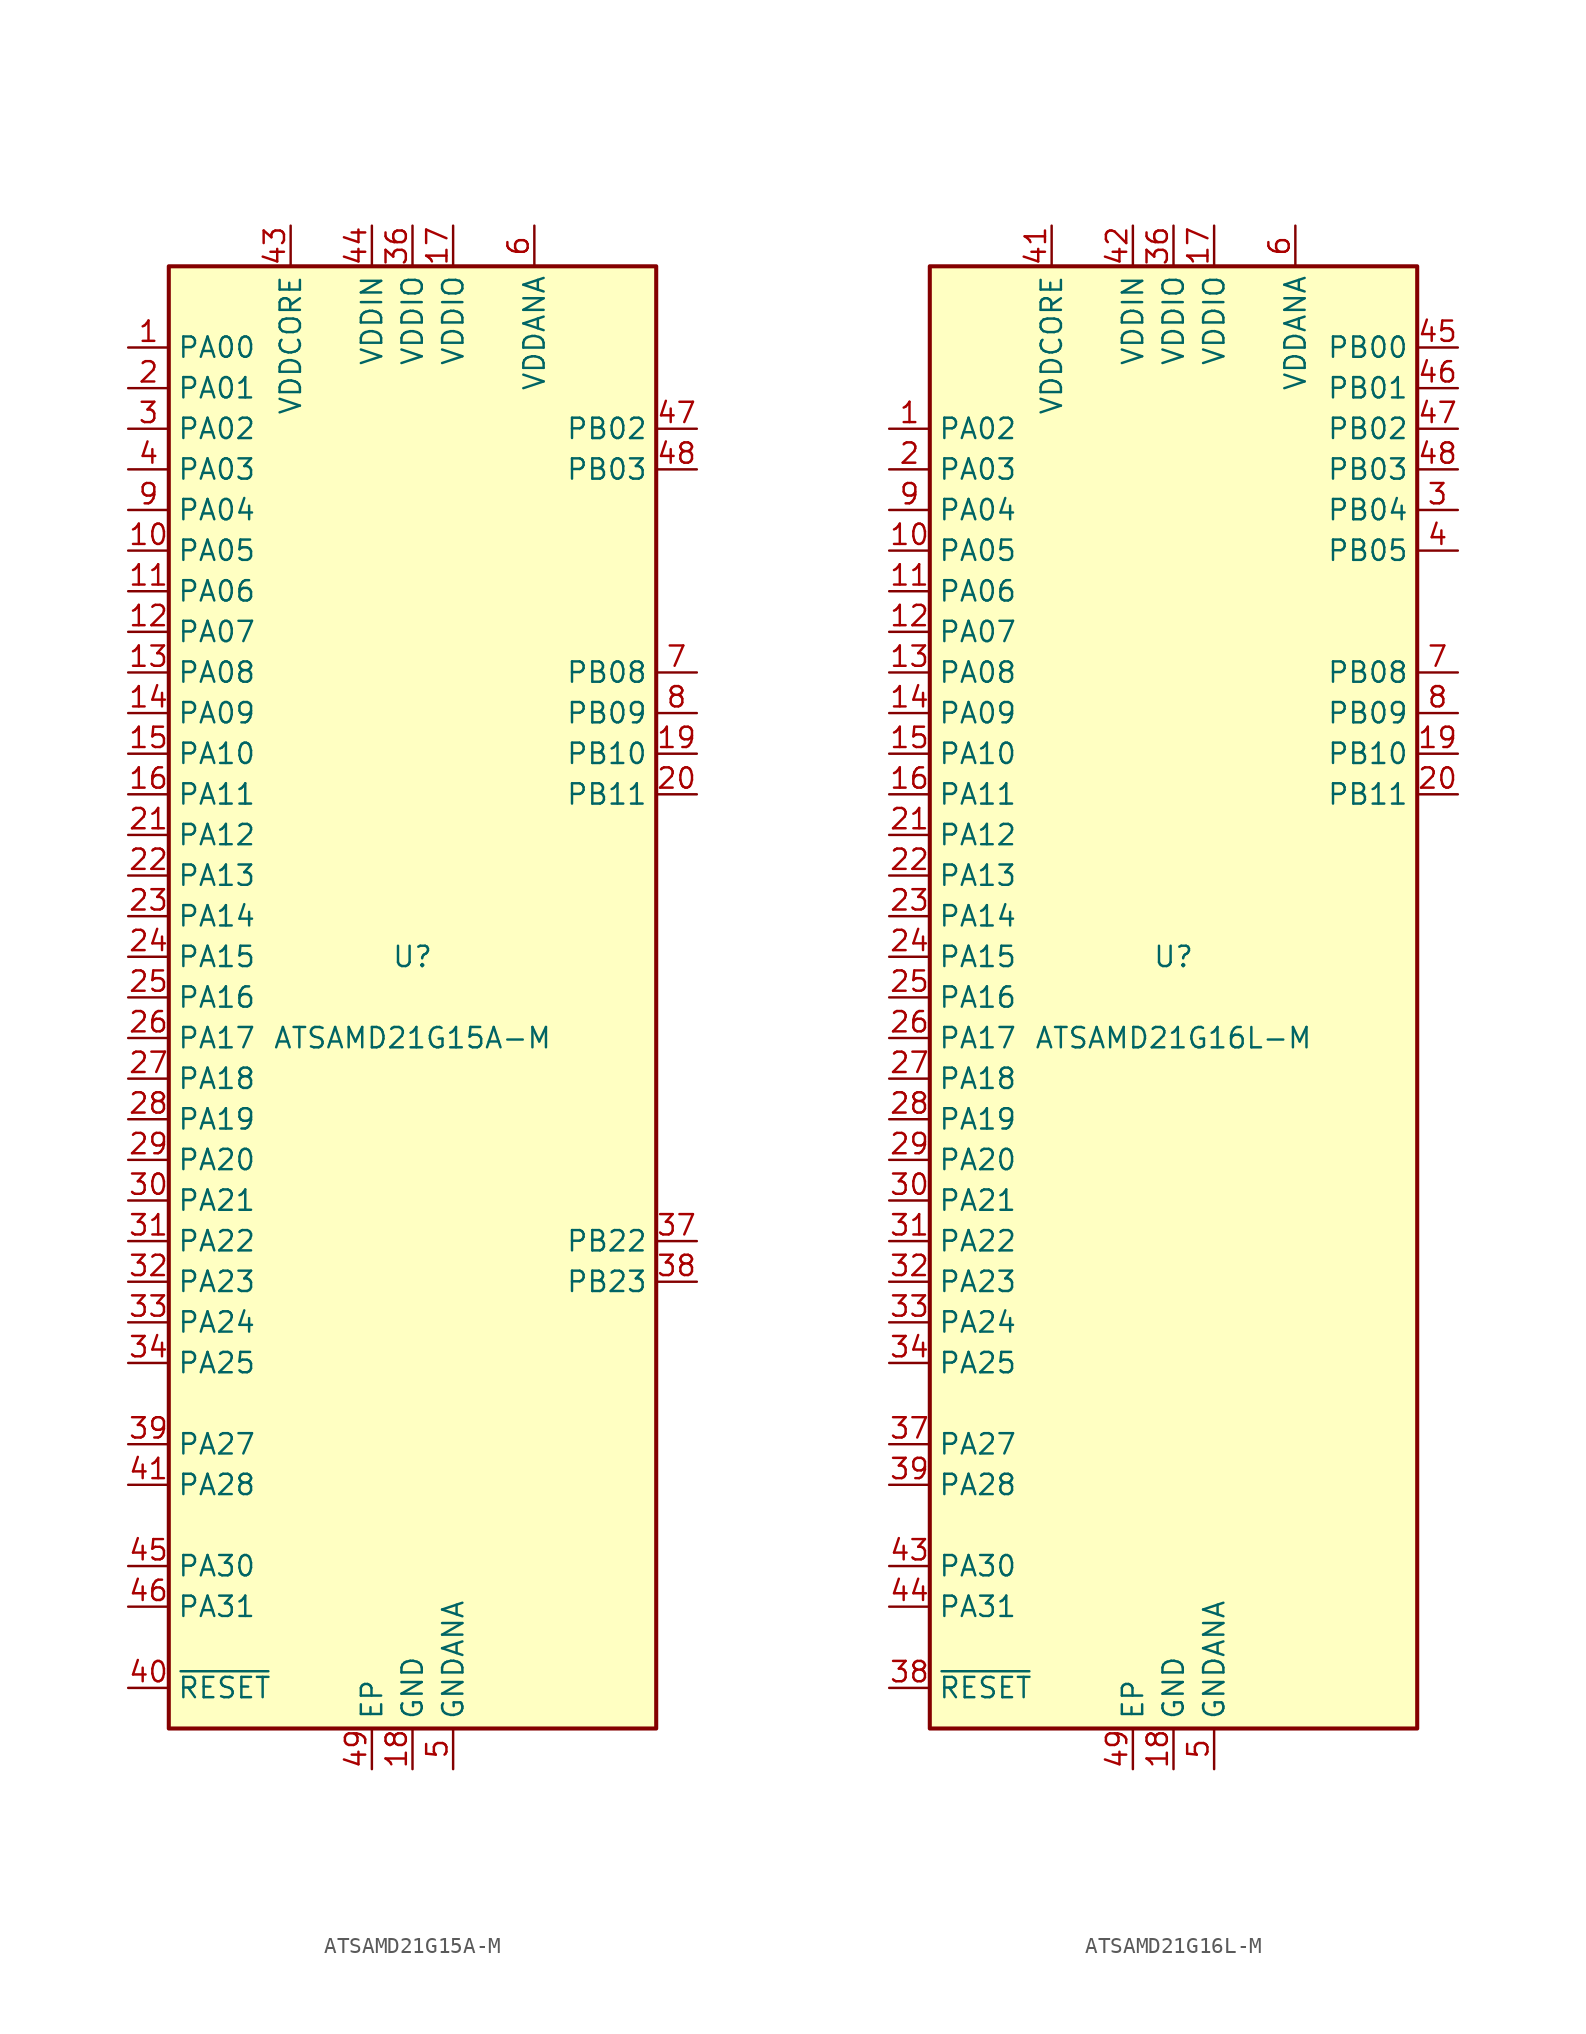
<source format=kicad_sym>
(kicad_symbol_lib
  (version 20201005)
  (generator kicad_symbol_editor)
  (symbol "MCU_Microchip_SAMD:ATSAMD21G15A-M"
    (property "Reference" "U"
      (at 0 2.54 0)
      (effects (font (size 1.27 1.27))))
    (property "Value" "ATSAMD21G15A-M"
      (at 0 -2.54 0)
      (effects (font (size 1.27 1.27))))
    (symbol "ATSAMD21G15A-M_0_1"
      (rectangle (start -15.24 45.72) (end 15.24 -45.72) (stroke (width 0.254)) (fill (type background))))
    (symbol "ATSAMD21G15A-M_1_1"
      (pin bidirectional line (at -17.78 40.64 0) (length 2.54) (name "PA00" (effects (font (size 1.27 1.27)))) (number "1" (effects (font (size 1.27 1.27)))))
      (pin bidirectional line (at -17.78 27.94 0) (length 2.54) (name "PA05" (effects (font (size 1.27 1.27)))) (number "10" (effects (font (size 1.27 1.27)))))
      (pin bidirectional line (at -17.78 25.4 0) (length 2.54) (name "PA06" (effects (font (size 1.27 1.27)))) (number "11" (effects (font (size 1.27 1.27)))))
      (pin bidirectional line (at -17.78 22.86 0) (length 2.54) (name "PA07" (effects (font (size 1.27 1.27)))) (number "12" (effects (font (size 1.27 1.27)))))
      (pin bidirectional line (at -17.78 20.32 0) (length 2.54) (name "PA08" (effects (font (size 1.27 1.27)))) (number "13" (effects (font (size 1.27 1.27)))))
      (pin bidirectional line (at -17.78 17.78 0) (length 2.54) (name "PA09" (effects (font (size 1.27 1.27)))) (number "14" (effects (font (size 1.27 1.27)))))
      (pin bidirectional line (at -17.78 15.24 0) (length 2.54) (name "PA10" (effects (font (size 1.27 1.27)))) (number "15" (effects (font (size 1.27 1.27)))))
      (pin bidirectional line (at -17.78 12.7 0) (length 2.54) (name "PA11" (effects (font (size 1.27 1.27)))) (number "16" (effects (font (size 1.27 1.27)))))
      (pin power_in line (at 2.54 48.26 270) (length 2.54) (name "VDDIO" (effects (font (size 1.27 1.27)))) (number "17" (effects (font (size 1.27 1.27)))))
      (pin power_in line (at 0 -48.26 90) (length 2.54) (name "GND" (effects (font (size 1.27 1.27)))) (number "18" (effects (font (size 1.27 1.27)))))
      (pin bidirectional line (at 17.78 15.24 180) (length 2.54) (name "PB10" (effects (font (size 1.27 1.27)))) (number "19" (effects (font (size 1.27 1.27)))))
      (pin bidirectional line (at -17.78 38.1 0) (length 2.54) (name "PA01" (effects (font (size 1.27 1.27)))) (number "2" (effects (font (size 1.27 1.27)))))
      (pin bidirectional line (at 17.78 12.7 180) (length 2.54) (name "PB11" (effects (font (size 1.27 1.27)))) (number "20" (effects (font (size 1.27 1.27)))))
      (pin bidirectional line (at -17.78 10.16 0) (length 2.54) (name "PA12" (effects (font (size 1.27 1.27)))) (number "21" (effects (font (size 1.27 1.27)))))
      (pin bidirectional line (at -17.78 7.62 0) (length 2.54) (name "PA13" (effects (font (size 1.27 1.27)))) (number "22" (effects (font (size 1.27 1.27)))))
      (pin bidirectional line (at -17.78 5.08 0) (length 2.54) (name "PA14" (effects (font (size 1.27 1.27)))) (number "23" (effects (font (size 1.27 1.27)))))
      (pin bidirectional line (at -17.78 2.54 0) (length 2.54) (name "PA15" (effects (font (size 1.27 1.27)))) (number "24" (effects (font (size 1.27 1.27)))))
      (pin bidirectional line (at -17.78 0 0) (length 2.54) (name "PA16" (effects (font (size 1.27 1.27)))) (number "25" (effects (font (size 1.27 1.27)))))
      (pin bidirectional line (at -17.78 -2.54 0) (length 2.54) (name "PA17" (effects (font (size 1.27 1.27)))) (number "26" (effects (font (size 1.27 1.27)))))
      (pin bidirectional line (at -17.78 -5.08 0) (length 2.54) (name "PA18" (effects (font (size 1.27 1.27)))) (number "27" (effects (font (size 1.27 1.27)))))
      (pin bidirectional line (at -17.78 -7.62 0) (length 2.54) (name "PA19" (effects (font (size 1.27 1.27)))) (number "28" (effects (font (size 1.27 1.27)))))
      (pin bidirectional line (at -17.78 -10.16 0) (length 2.54) (name "PA20" (effects (font (size 1.27 1.27)))) (number "29" (effects (font (size 1.27 1.27)))))
      (pin bidirectional line (at -17.78 35.56 0) (length 2.54) (name "PA02" (effects (font (size 1.27 1.27)))) (number "3" (effects (font (size 1.27 1.27)))))
      (pin bidirectional line (at -17.78 -12.7 0) (length 2.54) (name "PA21" (effects (font (size 1.27 1.27)))) (number "30" (effects (font (size 1.27 1.27)))))
      (pin bidirectional line (at -17.78 -15.24 0) (length 2.54) (name "PA22" (effects (font (size 1.27 1.27)))) (number "31" (effects (font (size 1.27 1.27)))))
      (pin bidirectional line (at -17.78 -17.78 0) (length 2.54) (name "PA23" (effects (font (size 1.27 1.27)))) (number "32" (effects (font (size 1.27 1.27)))))
      (pin bidirectional line (at -17.78 -20.32 0) (length 2.54) (name "PA24" (effects (font (size 1.27 1.27)))) (number "33" (effects (font (size 1.27 1.27)))))
      (pin bidirectional line (at -17.78 -22.86 0) (length 2.54) (name "PA25" (effects (font (size 1.27 1.27)))) (number "34" (effects (font (size 1.27 1.27)))))
      (pin passive line (at 0 -48.26 90) (length 2.54) hide (name "GND" (effects (font (size 1.27 1.27)))) (number "35" (effects (font (size 1.27 1.27)))))
      (pin power_in line (at 0 48.26 270) (length 2.54) (name "VDDIO" (effects (font (size 1.27 1.27)))) (number "36" (effects (font (size 1.27 1.27)))))
      (pin bidirectional line (at 17.78 -15.24 180) (length 2.54) (name "PB22" (effects (font (size 1.27 1.27)))) (number "37" (effects (font (size 1.27 1.27)))))
      (pin bidirectional line (at 17.78 -17.78 180) (length 2.54) (name "PB23" (effects (font (size 1.27 1.27)))) (number "38" (effects (font (size 1.27 1.27)))))
      (pin bidirectional line (at -17.78 -27.94 0) (length 2.54) (name "PA27" (effects (font (size 1.27 1.27)))) (number "39" (effects (font (size 1.27 1.27)))))
      (pin bidirectional line (at -17.78 33.02 0) (length 2.54) (name "PA03" (effects (font (size 1.27 1.27)))) (number "4" (effects (font (size 1.27 1.27)))))
      (pin input line (at -17.78 -43.18 0) (length 2.54) (name "~RESET" (effects (font (size 1.27 1.27)))) (number "40" (effects (font (size 1.27 1.27)))))
      (pin bidirectional line (at -17.78 -30.48 0) (length 2.54) (name "PA28" (effects (font (size 1.27 1.27)))) (number "41" (effects (font (size 1.27 1.27)))))
      (pin passive line (at 0 -48.26 90) (length 2.54) hide (name "GND" (effects (font (size 1.27 1.27)))) (number "42" (effects (font (size 1.27 1.27)))))
      (pin power_out line (at -7.62 48.26 270) (length 2.54) (name "VDDCORE" (effects (font (size 1.27 1.27)))) (number "43" (effects (font (size 1.27 1.27)))))
      (pin power_in line (at -2.54 48.26 270) (length 2.54) (name "VDDIN" (effects (font (size 1.27 1.27)))) (number "44" (effects (font (size 1.27 1.27)))))
      (pin bidirectional line (at -17.78 -35.56 0) (length 2.54) (name "PA30" (effects (font (size 1.27 1.27)))) (number "45" (effects (font (size 1.27 1.27)))))
      (pin bidirectional line (at -17.78 -38.1 0) (length 2.54) (name "PA31" (effects (font (size 1.27 1.27)))) (number "46" (effects (font (size 1.27 1.27)))))
      (pin bidirectional line (at 17.78 35.56 180) (length 2.54) (name "PB02" (effects (font (size 1.27 1.27)))) (number "47" (effects (font (size 1.27 1.27)))))
      (pin bidirectional line (at 17.78 33.02 180) (length 2.54) (name "PB03" (effects (font (size 1.27 1.27)))) (number "48" (effects (font (size 1.27 1.27)))))
      (pin passive line (at -2.54 -48.26 90) (length 2.54) (name "EP" (effects (font (size 1.27 1.27)))) (number "49" (effects (font (size 1.27 1.27)))))
      (pin power_in line (at 2.54 -48.26 90) (length 2.54) (name "GNDANA" (effects (font (size 1.27 1.27)))) (number "5" (effects (font (size 1.27 1.27)))))
      (pin power_in line (at 7.62 48.26 270) (length 2.54) (name "VDDANA" (effects (font (size 1.27 1.27)))) (number "6" (effects (font (size 1.27 1.27)))))
      (pin bidirectional line (at 17.78 20.32 180) (length 2.54) (name "PB08" (effects (font (size 1.27 1.27)))) (number "7" (effects (font (size 1.27 1.27)))))
      (pin bidirectional line (at 17.78 17.78 180) (length 2.54) (name "PB09" (effects (font (size 1.27 1.27)))) (number "8" (effects (font (size 1.27 1.27)))))
      (pin bidirectional line (at -17.78 30.48 0) (length 2.54) (name "PA04" (effects (font (size 1.27 1.27)))) (number "9" (effects (font (size 1.27 1.27)))))))
  (symbol "MCU_Microchip_SAMD:ATSAMD21G16L-M"
    (property "Reference" "U"
      (at 0 2.54 0)
      (effects (font (size 1.27 1.27))))
    (property "Value" "ATSAMD21G16L-M"
      (at 0 -2.54 0)
      (effects (font (size 1.27 1.27))))
    (symbol "ATSAMD21G16L-M_0_1"
      (rectangle (start -15.24 45.72) (end 15.24 -45.72) (stroke (width 0.254)) (fill (type background))))
    (symbol "ATSAMD21G16L-M_1_1"
      (pin bidirectional line (at -17.78 35.56 0) (length 2.54) (name "PA02" (effects (font (size 1.27 1.27)))) (number "1" (effects (font (size 1.27 1.27)))))
      (pin bidirectional line (at -17.78 27.94 0) (length 2.54) (name "PA05" (effects (font (size 1.27 1.27)))) (number "10" (effects (font (size 1.27 1.27)))))
      (pin bidirectional line (at -17.78 25.4 0) (length 2.54) (name "PA06" (effects (font (size 1.27 1.27)))) (number "11" (effects (font (size 1.27 1.27)))))
      (pin bidirectional line (at -17.78 22.86 0) (length 2.54) (name "PA07" (effects (font (size 1.27 1.27)))) (number "12" (effects (font (size 1.27 1.27)))))
      (pin bidirectional line (at -17.78 20.32 0) (length 2.54) (name "PA08" (effects (font (size 1.27 1.27)))) (number "13" (effects (font (size 1.27 1.27)))))
      (pin bidirectional line (at -17.78 17.78 0) (length 2.54) (name "PA09" (effects (font (size 1.27 1.27)))) (number "14" (effects (font (size 1.27 1.27)))))
      (pin bidirectional line (at -17.78 15.24 0) (length 2.54) (name "PA10" (effects (font (size 1.27 1.27)))) (number "15" (effects (font (size 1.27 1.27)))))
      (pin bidirectional line (at -17.78 12.7 0) (length 2.54) (name "PA11" (effects (font (size 1.27 1.27)))) (number "16" (effects (font (size 1.27 1.27)))))
      (pin power_in line (at 2.54 48.26 270) (length 2.54) (name "VDDIO" (effects (font (size 1.27 1.27)))) (number "17" (effects (font (size 1.27 1.27)))))
      (pin power_in line (at 0 -48.26 90) (length 2.54) (name "GND" (effects (font (size 1.27 1.27)))) (number "18" (effects (font (size 1.27 1.27)))))
      (pin bidirectional line (at 17.78 15.24 180) (length 2.54) (name "PB10" (effects (font (size 1.27 1.27)))) (number "19" (effects (font (size 1.27 1.27)))))
      (pin bidirectional line (at -17.78 33.02 0) (length 2.54) (name "PA03" (effects (font (size 1.27 1.27)))) (number "2" (effects (font (size 1.27 1.27)))))
      (pin bidirectional line (at 17.78 12.7 180) (length 2.54) (name "PB11" (effects (font (size 1.27 1.27)))) (number "20" (effects (font (size 1.27 1.27)))))
      (pin bidirectional line (at -17.78 10.16 0) (length 2.54) (name "PA12" (effects (font (size 1.27 1.27)))) (number "21" (effects (font (size 1.27 1.27)))))
      (pin bidirectional line (at -17.78 7.62 0) (length 2.54) (name "PA13" (effects (font (size 1.27 1.27)))) (number "22" (effects (font (size 1.27 1.27)))))
      (pin bidirectional line (at -17.78 5.08 0) (length 2.54) (name "PA14" (effects (font (size 1.27 1.27)))) (number "23" (effects (font (size 1.27 1.27)))))
      (pin bidirectional line (at -17.78 2.54 0) (length 2.54) (name "PA15" (effects (font (size 1.27 1.27)))) (number "24" (effects (font (size 1.27 1.27)))))
      (pin bidirectional line (at -17.78 0 0) (length 2.54) (name "PA16" (effects (font (size 1.27 1.27)))) (number "25" (effects (font (size 1.27 1.27)))))
      (pin bidirectional line (at -17.78 -2.54 0) (length 2.54) (name "PA17" (effects (font (size 1.27 1.27)))) (number "26" (effects (font (size 1.27 1.27)))))
      (pin bidirectional line (at -17.78 -5.08 0) (length 2.54) (name "PA18" (effects (font (size 1.27 1.27)))) (number "27" (effects (font (size 1.27 1.27)))))
      (pin bidirectional line (at -17.78 -7.62 0) (length 2.54) (name "PA19" (effects (font (size 1.27 1.27)))) (number "28" (effects (font (size 1.27 1.27)))))
      (pin bidirectional line (at -17.78 -10.16 0) (length 2.54) (name "PA20" (effects (font (size 1.27 1.27)))) (number "29" (effects (font (size 1.27 1.27)))))
      (pin bidirectional line (at 17.78 30.48 180) (length 2.54) (name "PB04" (effects (font (size 1.27 1.27)))) (number "3" (effects (font (size 1.27 1.27)))))
      (pin bidirectional line (at -17.78 -12.7 0) (length 2.54) (name "PA21" (effects (font (size 1.27 1.27)))) (number "30" (effects (font (size 1.27 1.27)))))
      (pin bidirectional line (at -17.78 -15.24 0) (length 2.54) (name "PA22" (effects (font (size 1.27 1.27)))) (number "31" (effects (font (size 1.27 1.27)))))
      (pin bidirectional line (at -17.78 -17.78 0) (length 2.54) (name "PA23" (effects (font (size 1.27 1.27)))) (number "32" (effects (font (size 1.27 1.27)))))
      (pin bidirectional line (at -17.78 -20.32 0) (length 2.54) (name "PA24" (effects (font (size 1.27 1.27)))) (number "33" (effects (font (size 1.27 1.27)))))
      (pin bidirectional line (at -17.78 -22.86 0) (length 2.54) (name "PA25" (effects (font (size 1.27 1.27)))) (number "34" (effects (font (size 1.27 1.27)))))
      (pin passive line (at 0 -48.26 90) (length 2.54) hide (name "GND" (effects (font (size 1.27 1.27)))) (number "35" (effects (font (size 1.27 1.27)))))
      (pin power_in line (at 0 48.26 270) (length 2.54) (name "VDDIO" (effects (font (size 1.27 1.27)))) (number "36" (effects (font (size 1.27 1.27)))))
      (pin bidirectional line (at -17.78 -27.94 0) (length 2.54) (name "PA27" (effects (font (size 1.27 1.27)))) (number "37" (effects (font (size 1.27 1.27)))))
      (pin input line (at -17.78 -43.18 0) (length 2.54) (name "~RESET" (effects (font (size 1.27 1.27)))) (number "38" (effects (font (size 1.27 1.27)))))
      (pin bidirectional line (at -17.78 -30.48 0) (length 2.54) (name "PA28" (effects (font (size 1.27 1.27)))) (number "39" (effects (font (size 1.27 1.27)))))
      (pin bidirectional line (at 17.78 27.94 180) (length 2.54) (name "PB05" (effects (font (size 1.27 1.27)))) (number "4" (effects (font (size 1.27 1.27)))))
      (pin passive line (at 0 -48.26 90) (length 2.54) hide (name "GND" (effects (font (size 1.27 1.27)))) (number "40" (effects (font (size 1.27 1.27)))))
      (pin power_out line (at -7.62 48.26 270) (length 2.54) (name "VDDCORE" (effects (font (size 1.27 1.27)))) (number "41" (effects (font (size 1.27 1.27)))))
      (pin power_in line (at -2.54 48.26 270) (length 2.54) (name "VDDIN" (effects (font (size 1.27 1.27)))) (number "42" (effects (font (size 1.27 1.27)))))
      (pin bidirectional line (at -17.78 -35.56 0) (length 2.54) (name "PA30" (effects (font (size 1.27 1.27)))) (number "43" (effects (font (size 1.27 1.27)))))
      (pin bidirectional line (at -17.78 -38.1 0) (length 2.54) (name "PA31" (effects (font (size 1.27 1.27)))) (number "44" (effects (font (size 1.27 1.27)))))
      (pin bidirectional line (at 17.78 40.64 180) (length 2.54) (name "PB00" (effects (font (size 1.27 1.27)))) (number "45" (effects (font (size 1.27 1.27)))))
      (pin bidirectional line (at 17.78 38.1 180) (length 2.54) (name "PB01" (effects (font (size 1.27 1.27)))) (number "46" (effects (font (size 1.27 1.27)))))
      (pin bidirectional line (at 17.78 35.56 180) (length 2.54) (name "PB02" (effects (font (size 1.27 1.27)))) (number "47" (effects (font (size 1.27 1.27)))))
      (pin bidirectional line (at 17.78 33.02 180) (length 2.54) (name "PB03" (effects (font (size 1.27 1.27)))) (number "48" (effects (font (size 1.27 1.27)))))
      (pin passive line (at -2.54 -48.26 90) (length 2.54) (name "EP" (effects (font (size 1.27 1.27)))) (number "49" (effects (font (size 1.27 1.27)))))
      (pin power_in line (at 2.54 -48.26 90) (length 2.54) (name "GNDANA" (effects (font (size 1.27 1.27)))) (number "5" (effects (font (size 1.27 1.27)))))
      (pin power_in line (at 7.62 48.26 270) (length 2.54) (name "VDDANA" (effects (font (size 1.27 1.27)))) (number "6" (effects (font (size 1.27 1.27)))))
      (pin bidirectional line (at 17.78 20.32 180) (length 2.54) (name "PB08" (effects (font (size 1.27 1.27)))) (number "7" (effects (font (size 1.27 1.27)))))
      (pin bidirectional line (at 17.78 17.78 180) (length 2.54) (name "PB09" (effects (font (size 1.27 1.27)))) (number "8" (effects (font (size 1.27 1.27)))))
      (pin bidirectional line (at -17.78 30.48 0) (length 2.54) (name "PA04" (effects (font (size 1.27 1.27)))) (number "9" (effects (font (size 1.27 1.27))))))))
</source>
